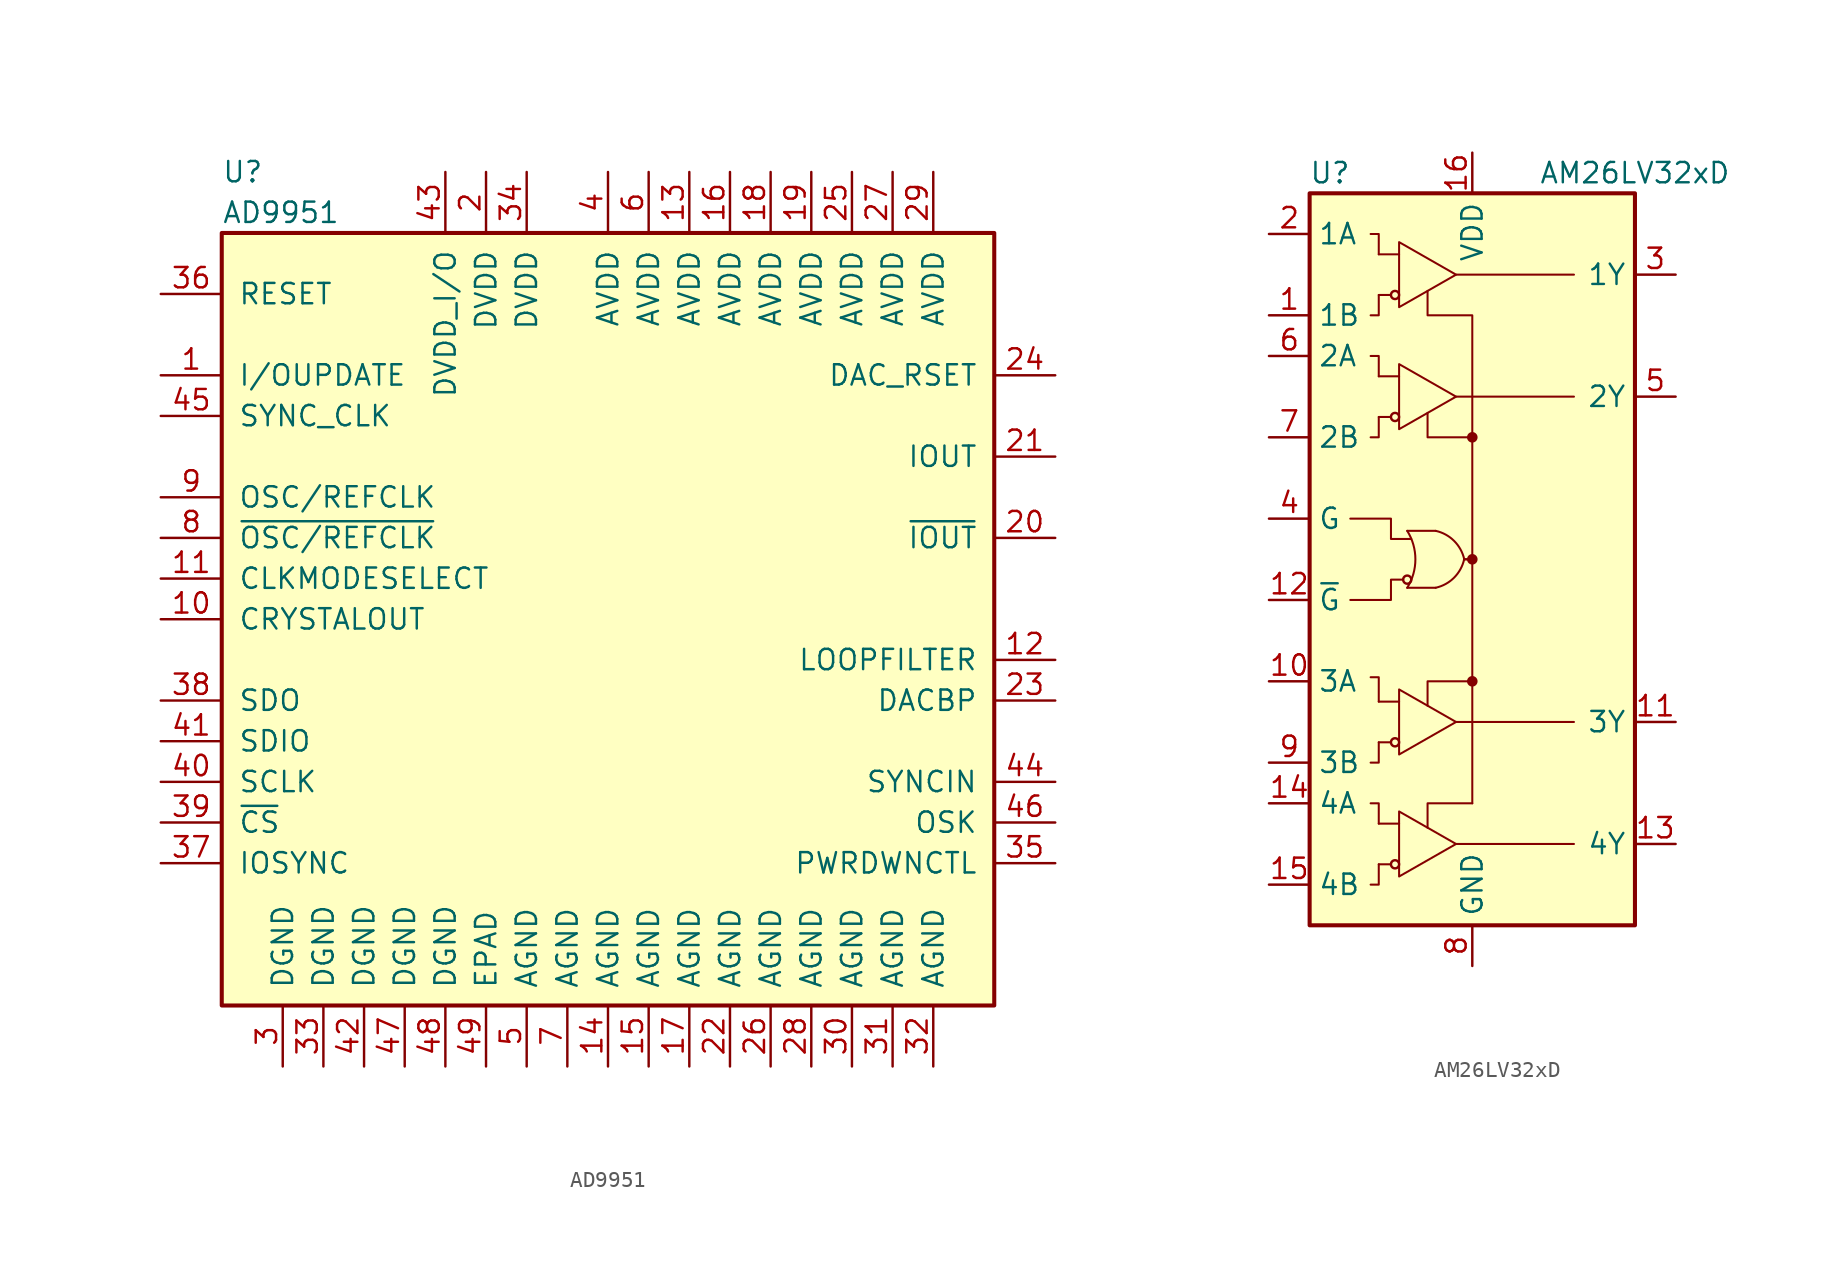
<source format=kicad_sym>
(kicad_symbol_lib
  (version 20201005)
  (generator kicad_symbol_editor)
  (symbol "AD9951"
    (pin_names
      (offset 1.016))
    (property "Reference" "U"
      (at -24.13 27.94 0)
      (effects (font (size 1.27 1.27)) (justify left)))
    (property "Value" "AD9951"
      (at -24.13 25.4 0)
      (effects (font (size 1.27 1.27)) (justify left)))
    (symbol "AD9951_0_1"
      (rectangle (start -24.13 24.13) (end 24.13 -24.13) (stroke (width 0.254)) (fill (type background))))
    (symbol "AD9951_1_1"
      (pin bidirectional line (at -27.94 15.24 0) (length 3.81) (name "I/OUPDATE" (effects (font (size 1.27 1.27)))) (number "1" (effects (font (size 1.27 1.27)))))
      (pin output line (at -27.94 0 0) (length 3.81) (name "CRYSTALOUT" (effects (font (size 1.27 1.27)))) (number "10" (effects (font (size 1.27 1.27)))))
      (pin input line (at -27.94 2.54 0) (length 3.81) (name "CLKMODESELECT" (effects (font (size 1.27 1.27)))) (number "11" (effects (font (size 1.27 1.27)))))
      (pin input line (at 27.94 -2.54 180) (length 3.81) (name "LOOPFILTER" (effects (font (size 1.27 1.27)))) (number "12" (effects (font (size 1.27 1.27)))))
      (pin power_in line (at 5.08 27.94 270) (length 3.81) (name "AVDD" (effects (font (size 1.27 1.27)))) (number "13" (effects (font (size 1.27 1.27)))))
      (pin power_in line (at 0 -27.94 90) (length 3.81) (name "AGND" (effects (font (size 1.27 1.27)))) (number "14" (effects (font (size 1.27 1.27)))))
      (pin power_in line (at 2.54 -27.94 90) (length 3.81) (name "AGND" (effects (font (size 1.27 1.27)))) (number "15" (effects (font (size 1.27 1.27)))))
      (pin power_in line (at 7.62 27.94 270) (length 3.81) (name "AVDD" (effects (font (size 1.27 1.27)))) (number "16" (effects (font (size 1.27 1.27)))))
      (pin power_in line (at 5.08 -27.94 90) (length 3.81) (name "AGND" (effects (font (size 1.27 1.27)))) (number "17" (effects (font (size 1.27 1.27)))))
      (pin power_in line (at 10.16 27.94 270) (length 3.81) (name "AVDD" (effects (font (size 1.27 1.27)))) (number "18" (effects (font (size 1.27 1.27)))))
      (pin power_in line (at 12.7 27.94 270) (length 3.81) (name "AVDD" (effects (font (size 1.27 1.27)))) (number "19" (effects (font (size 1.27 1.27)))))
      (pin power_in line (at -7.62 27.94 270) (length 3.81) (name "DVDD" (effects (font (size 1.27 1.27)))) (number "2" (effects (font (size 1.27 1.27)))))
      (pin output line (at 27.94 5.08 180) (length 3.81) (name "~IOUT" (effects (font (size 1.27 1.27)))) (number "20" (effects (font (size 1.27 1.27)))))
      (pin output line (at 27.94 10.16 180) (length 3.81) (name "IOUT" (effects (font (size 1.27 1.27)))) (number "21" (effects (font (size 1.27 1.27)))))
      (pin power_in line (at 7.62 -27.94 90) (length 3.81) (name "AGND" (effects (font (size 1.27 1.27)))) (number "22" (effects (font (size 1.27 1.27)))))
      (pin input line (at 27.94 -5.08 180) (length 3.81) (name "DACBP" (effects (font (size 1.27 1.27)))) (number "23" (effects (font (size 1.27 1.27)))))
      (pin input line (at 27.94 15.24 180) (length 3.81) (name "DAC_RSET" (effects (font (size 1.27 1.27)))) (number "24" (effects (font (size 1.27 1.27)))))
      (pin power_in line (at 15.24 27.94 270) (length 3.81) (name "AVDD" (effects (font (size 1.27 1.27)))) (number "25" (effects (font (size 1.27 1.27)))))
      (pin power_in line (at 10.16 -27.94 90) (length 3.81) (name "AGND" (effects (font (size 1.27 1.27)))) (number "26" (effects (font (size 1.27 1.27)))))
      (pin power_in line (at 17.78 27.94 270) (length 3.81) (name "AVDD" (effects (font (size 1.27 1.27)))) (number "27" (effects (font (size 1.27 1.27)))))
      (pin power_in line (at 12.7 -27.94 90) (length 3.81) (name "AGND" (effects (font (size 1.27 1.27)))) (number "28" (effects (font (size 1.27 1.27)))))
      (pin power_in line (at 20.32 27.94 270) (length 3.81) (name "AVDD" (effects (font (size 1.27 1.27)))) (number "29" (effects (font (size 1.27 1.27)))))
      (pin power_in line (at -20.32 -27.94 90) (length 3.81) (name "DGND" (effects (font (size 1.27 1.27)))) (number "3" (effects (font (size 1.27 1.27)))))
      (pin power_in line (at 15.24 -27.94 90) (length 3.81) (name "AGND" (effects (font (size 1.27 1.27)))) (number "30" (effects (font (size 1.27 1.27)))))
      (pin power_in line (at 17.78 -27.94 90) (length 3.81) (name "AGND" (effects (font (size 1.27 1.27)))) (number "31" (effects (font (size 1.27 1.27)))))
      (pin power_in line (at 20.32 -27.94 90) (length 3.81) (name "AGND" (effects (font (size 1.27 1.27)))) (number "32" (effects (font (size 1.27 1.27)))))
      (pin power_in line (at -17.78 -27.94 90) (length 3.81) (name "DGND" (effects (font (size 1.27 1.27)))) (number "33" (effects (font (size 1.27 1.27)))))
      (pin power_in line (at -5.08 27.94 270) (length 3.81) (name "DVDD" (effects (font (size 1.27 1.27)))) (number "34" (effects (font (size 1.27 1.27)))))
      (pin input line (at 27.94 -15.24 180) (length 3.81) (name "PWRDWNCTL" (effects (font (size 1.27 1.27)))) (number "35" (effects (font (size 1.27 1.27)))))
      (pin input line (at -27.94 20.32 0) (length 3.81) (name "RESET" (effects (font (size 1.27 1.27)))) (number "36" (effects (font (size 1.27 1.27)))))
      (pin output line (at -27.94 -15.24 0) (length 3.81) (name "IOSYNC" (effects (font (size 1.27 1.27)))) (number "37" (effects (font (size 1.27 1.27)))))
      (pin output line (at -27.94 -5.08 0) (length 3.81) (name "SDO" (effects (font (size 1.27 1.27)))) (number "38" (effects (font (size 1.27 1.27)))))
      (pin input line (at -27.94 -12.7 0) (length 3.81) (name "~CS" (effects (font (size 1.27 1.27)))) (number "39" (effects (font (size 1.27 1.27)))))
      (pin power_in line (at 0 27.94 270) (length 3.81) (name "AVDD" (effects (font (size 1.27 1.27)))) (number "4" (effects (font (size 1.27 1.27)))))
      (pin input line (at -27.94 -10.16 0) (length 3.81) (name "SCLK" (effects (font (size 1.27 1.27)))) (number "40" (effects (font (size 1.27 1.27)))))
      (pin bidirectional line (at -27.94 -7.62 0) (length 3.81) (name "SDIO" (effects (font (size 1.27 1.27)))) (number "41" (effects (font (size 1.27 1.27)))))
      (pin power_in line (at -15.24 -27.94 90) (length 3.81) (name "DGND" (effects (font (size 1.27 1.27)))) (number "42" (effects (font (size 1.27 1.27)))))
      (pin power_in line (at -10.16 27.94 270) (length 3.81) (name "DVDD_I/O" (effects (font (size 1.27 1.27)))) (number "43" (effects (font (size 1.27 1.27)))))
      (pin power_in line (at 27.94 -10.16 180) (length 3.81) (name "SYNCIN" (effects (font (size 1.27 1.27)))) (number "44" (effects (font (size 1.27 1.27)))))
      (pin output line (at -27.94 12.7 0) (length 3.81) (name "SYNC_CLK" (effects (font (size 1.27 1.27)))) (number "45" (effects (font (size 1.27 1.27)))))
      (pin output line (at 27.94 -12.7 180) (length 3.81) (name "OSK" (effects (font (size 1.27 1.27)))) (number "46" (effects (font (size 1.27 1.27)))))
      (pin power_in line (at -12.7 -27.94 90) (length 3.81) (name "DGND" (effects (font (size 1.27 1.27)))) (number "47" (effects (font (size 1.27 1.27)))))
      (pin power_in line (at -10.16 -27.94 90) (length 3.81) (name "DGND" (effects (font (size 1.27 1.27)))) (number "48" (effects (font (size 1.27 1.27)))))
      (pin power_in line (at -7.62 -27.94 90) (length 3.81) (name "EPAD" (effects (font (size 1.27 1.27)))) (number "49" (effects (font (size 1.27 1.27)))))
      (pin power_in line (at -5.08 -27.94 90) (length 3.81) (name "AGND" (effects (font (size 1.27 1.27)))) (number "5" (effects (font (size 1.27 1.27)))))
      (pin power_in line (at 2.54 27.94 270) (length 3.81) (name "AVDD" (effects (font (size 1.27 1.27)))) (number "6" (effects (font (size 1.27 1.27)))))
      (pin power_in line (at -2.54 -27.94 90) (length 3.81) (name "AGND" (effects (font (size 1.27 1.27)))) (number "7" (effects (font (size 1.27 1.27)))))
      (pin input line (at -27.94 5.08 0) (length 3.81) (name "~OSC/REFCLK" (effects (font (size 1.27 1.27)))) (number "8" (effects (font (size 1.27 1.27)))))
      (pin input line (at -27.94 7.62 0) (length 3.81) (name "OSC/REFCLK" (effects (font (size 1.27 1.27)))) (number "9" (effects (font (size 1.27 1.27)))))))
  (symbol "AM26LV32xD"
    (property "Reference" "U"
      (at -8.89 24.13 0)
      (effects (font (size 1.27 1.27))))
    (property "Value" "AM26LV32xD"
      (at 10.16 24.13 0)
      (effects (font (size 1.27 1.27))))
    (symbol "AM26LV32xD_0_1"
      (arc (start -4.064 1.778) (end -4.064 -1.778) (radius (at -6.9088 0) (length 3.3528) (angles 32 -32)) (stroke (width 0.127)) (fill (type none)))
      (arc (start -2.286 1.778) (end -0.508 0) (radius (at -2.794 -0.508) (length 2.3368) (angles 77.5 12.5)) (stroke (width 0.127)) (fill (type none)))
      (arc (start -2.286 -1.778) (end -0.508 0) (radius (at -2.794 0.508) (length 2.3368) (angles -77.5 -12.5)) (stroke (width 0.127)) (fill (type none)))
      (circle (center -4.826 16.51) (radius 0.254) (stroke (width 0)) (fill (type none)))
      (circle (center -4.064 -1.27) (radius 0.254) (stroke (width 0)) (fill (type none)))
      (circle (center 0 -7.62) (radius 0.254) (stroke (width 0)) (fill (type outline)))
      (circle (center 0 0) (radius 0.254) (stroke (width 0)) (fill (type outline)))
      (circle (center 0 7.62) (radius 0.254) (stroke (width 0)) (fill (type outline)))
      (rectangle (start -10.16 22.86) (end 10.16 -22.86) (stroke (width 0.254)) (fill (type background)))
      (polyline (pts (xy -5.842 16.51) (xy -5.08 16.51)) (stroke (width 0.127)) (fill (type none)))
      (polyline (pts (xy -5.842 19.05) (xy -4.572 19.05)) (stroke (width 0.127)) (fill (type none)))
      (polyline (pts (xy -4.064 -1.778) (xy -2.286 -1.778)) (stroke (width 0.127)) (fill (type none)))
      (polyline (pts (xy -2.286 1.778) (xy -4.064 1.778)) (stroke (width 0.127)) (fill (type none)))
      (polyline (pts (xy -1.016 -17.78) (xy 6.35 -17.78)) (stroke (width 0.127)) (fill (type none)))
      (polyline (pts (xy -1.016 -10.16) (xy 6.35 -10.16)) (stroke (width 0.127)) (fill (type none)))
      (polyline (pts (xy -1.016 10.16) (xy 6.35 10.16)) (stroke (width 0.127)) (fill (type none)))
      (polyline (pts (xy -1.016 17.78) (xy 6.35 17.78)) (stroke (width 0.127)) (fill (type none)))
      (polyline (pts (xy -0.508 0) (xy 0 0)) (stroke (width 0)) (fill (type none)))
      (polyline (pts (xy 0 0) (xy 0 -15.24)) (stroke (width 0.127)) (fill (type none)))
      (polyline (pts (xy 0 7.62) (xy 0 0)) (stroke (width 0.127)) (fill (type none)))
      (polyline (pts (xy -5.842 -19.05) (xy -5.842 -20.32) (xy -6.35 -20.32)) (stroke (width 0.127)) (fill (type none)))
      (polyline (pts (xy -5.842 -16.51) (xy -5.842 -15.24) (xy -6.35 -15.24)) (stroke (width 0.127)) (fill (type none)))
      (polyline (pts (xy -5.842 -11.43) (xy -5.842 -12.7) (xy -6.35 -12.7)) (stroke (width 0.127)) (fill (type none)))
      (polyline (pts (xy -5.842 -8.89) (xy -5.842 -7.366) (xy -6.35 -7.366)) (stroke (width 0.127)) (fill (type none)))
      (polyline (pts (xy -5.842 8.89) (xy -5.842 7.62) (xy -6.35 7.62)) (stroke (width 0.127)) (fill (type none)))
      (polyline (pts (xy -5.842 11.43) (xy -5.842 12.7) (xy -6.35 12.7)) (stroke (width 0.127)) (fill (type none)))
      (polyline (pts (xy -5.842 19.05) (xy -5.842 20.32) (xy -6.35 20.32)) (stroke (width 0.127)) (fill (type none)))
      (polyline (pts (xy 0 -15.24) (xy -2.794 -15.24) (xy -2.794 -16.764)) (stroke (width 0.127)) (fill (type none)))
      (polyline (pts (xy 0 -7.62) (xy -2.794 -7.62) (xy -2.794 -9.144)) (stroke (width 0.127)) (fill (type none)))
      (polyline (pts (xy 0 7.62) (xy -2.794 7.62) (xy -2.794 9.144)) (stroke (width 0.127)) (fill (type none)))
      (polyline (pts (xy -7.62 2.54) (xy -5.08 2.54) (xy -5.08 1.27) (xy -3.81 1.27)) (stroke (width 0.127)) (fill (type none)))
      (polyline (pts (xy -5.842 16.51) (xy -5.842 15.24) (xy -6.096 15.24) (xy -6.35 15.24)) (stroke (width 0.127)) (fill (type none)))
      (polyline (pts (xy -4.572 19.812) (xy -4.572 15.748) (xy -1.016 17.78) (xy -4.572 19.812)) (stroke (width 0.127)) (fill (type none)))
      (polyline (pts (xy -4.318 -1.27) (xy -5.08 -1.27) (xy -5.08 -2.54) (xy -7.62 -2.54)) (stroke (width 0.127)) (fill (type none)))
      (polyline (pts (xy 0 7.62) (xy 0 15.24) (xy -2.794 15.24) (xy -2.794 16.764)) (stroke (width 0.127)) (fill (type none))))
    (symbol "AM26LV32xD_1_1"
      (circle (center -4.826 -19.05) (radius 0.254) (stroke (width 0)) (fill (type none)))
      (circle (center -4.826 -11.43) (radius 0.254) (stroke (width 0)) (fill (type none)))
      (circle (center -4.826 8.89) (radius 0.254) (stroke (width 0)) (fill (type none)))
      (polyline (pts (xy -5.842 -19.05) (xy -5.08 -19.05)) (stroke (width 0.127)) (fill (type none)))
      (polyline (pts (xy -5.842 -16.51) (xy -4.572 -16.51)) (stroke (width 0.127)) (fill (type none)))
      (polyline (pts (xy -5.842 -11.43) (xy -5.08 -11.43)) (stroke (width 0.127)) (fill (type none)))
      (polyline (pts (xy -5.842 -8.89) (xy -4.572 -8.89)) (stroke (width 0.127)) (fill (type none)))
      (polyline (pts (xy -5.842 8.89) (xy -5.08 8.89)) (stroke (width 0.127)) (fill (type none)))
      (polyline (pts (xy -5.842 11.43) (xy -4.572 11.43)) (stroke (width 0.127)) (fill (type none)))
      (polyline (pts (xy -4.572 -15.748) (xy -4.572 -19.812) (xy -1.016 -17.78) (xy -4.572 -15.748)) (stroke (width 0.127)) (fill (type none)))
      (polyline (pts (xy -4.572 -8.128) (xy -4.572 -12.192) (xy -1.016 -10.16) (xy -4.572 -8.128)) (stroke (width 0.127)) (fill (type none)))
      (polyline (pts (xy -4.572 12.192) (xy -4.572 8.128) (xy -1.016 10.16) (xy -4.572 12.192)) (stroke (width 0.127)) (fill (type none)))
      (pin input line (at -12.7 15.24 0) (length 2.54) (name "1B" (effects (font (size 1.27 1.27)))) (number "1" (effects (font (size 1.27 1.27)))))
      (pin input line (at -12.7 -7.62 0) (length 2.54) (name "3A" (effects (font (size 1.27 1.27)))) (number "10" (effects (font (size 1.27 1.27)))))
      (pin tri_state line (at 12.7 -10.16 180) (length 2.54) (name "3Y" (effects (font (size 1.27 1.27)))) (number "11" (effects (font (size 1.27 1.27)))))
      (pin input line (at -12.7 -2.54 0) (length 2.54) (name "~G" (effects (font (size 1.27 1.27)))) (number "12" (effects (font (size 1.27 1.27)))))
      (pin tri_state line (at 12.7 -17.78 180) (length 2.54) (name "4Y" (effects (font (size 1.27 1.27)))) (number "13" (effects (font (size 1.27 1.27)))))
      (pin input line (at -12.7 -15.24 0) (length 2.54) (name "4A" (effects (font (size 1.27 1.27)))) (number "14" (effects (font (size 1.27 1.27)))))
      (pin input line (at -12.7 -20.32 0) (length 2.54) (name "4B" (effects (font (size 1.27 1.27)))) (number "15" (effects (font (size 1.27 1.27)))))
      (pin power_in line (at 0 25.4 270) (length 2.54) (name "VDD" (effects (font (size 1.27 1.27)))) (number "16" (effects (font (size 1.27 1.27)))))
      (pin input line (at -12.7 20.32 0) (length 2.54) (name "1A" (effects (font (size 1.27 1.27)))) (number "2" (effects (font (size 1.27 1.27)))))
      (pin tri_state line (at 12.7 17.78 180) (length 2.54) (name "1Y" (effects (font (size 1.27 1.27)))) (number "3" (effects (font (size 1.27 1.27)))))
      (pin input line (at -12.7 2.54 0) (length 2.54) (name "G" (effects (font (size 1.27 1.27)))) (number "4" (effects (font (size 1.27 1.27)))))
      (pin tri_state line (at 12.7 10.16 180) (length 2.54) (name "2Y" (effects (font (size 1.27 1.27)))) (number "5" (effects (font (size 1.27 1.27)))))
      (pin input line (at -12.7 12.7 0) (length 2.54) (name "2A" (effects (font (size 1.27 1.27)))) (number "6" (effects (font (size 1.27 1.27)))))
      (pin input line (at -12.7 7.62 0) (length 2.54) (name "2B" (effects (font (size 1.27 1.27)))) (number "7" (effects (font (size 1.27 1.27)))))
      (pin power_in line (at 0 -25.4 90) (length 2.54) (name "GND" (effects (font (size 1.27 1.27)))) (number "8" (effects (font (size 1.27 1.27)))))
      (pin input line (at -12.7 -12.7 0) (length 2.54) (name "3B" (effects (font (size 1.27 1.27)))) (number "9" (effects (font (size 1.27 1.27))))))))
</source>
